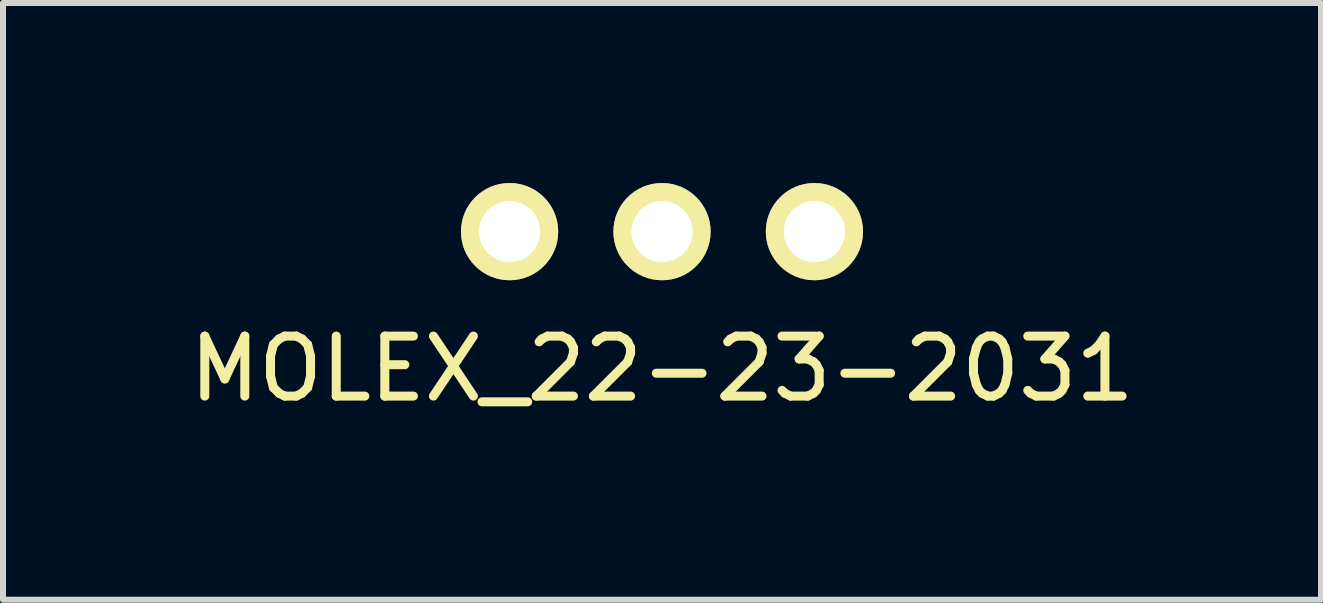
<source format=kicad_pcb>
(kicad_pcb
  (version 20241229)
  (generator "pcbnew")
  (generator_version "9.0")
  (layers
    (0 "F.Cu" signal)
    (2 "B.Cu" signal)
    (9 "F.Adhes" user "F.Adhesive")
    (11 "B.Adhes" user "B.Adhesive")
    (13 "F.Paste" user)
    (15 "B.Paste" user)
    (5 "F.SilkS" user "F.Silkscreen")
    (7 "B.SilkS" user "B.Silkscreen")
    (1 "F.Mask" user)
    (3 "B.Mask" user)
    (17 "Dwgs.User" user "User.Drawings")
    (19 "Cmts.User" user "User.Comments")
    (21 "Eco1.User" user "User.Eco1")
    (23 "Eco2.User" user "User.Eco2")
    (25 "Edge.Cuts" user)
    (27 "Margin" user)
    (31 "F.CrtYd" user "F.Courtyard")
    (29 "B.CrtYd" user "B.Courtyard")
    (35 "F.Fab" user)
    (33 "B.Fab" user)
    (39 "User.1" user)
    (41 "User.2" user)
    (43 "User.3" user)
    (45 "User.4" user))
  (footprint "MOLEX_22-23-2031"
    (layer "F.Cu")
    (at 7.982 0.81)
    (property "Reference" "MOLEX_22-23-2031" (at 0 2.286 0) (layer "F.SilkS") (effects (font (size 1 1) (thickness 0.15))))
    (attr through_hole)
    (pad "1" thru_hole circle (at -2.54 0) (size 1.62 1.62) (drill 1.02) (layers "*.Cu" "*.Mask" "F.SilkS"))
    (pad "2" thru_hole circle (at 0 0) (size 1.62 1.62) (drill 1.02) (layers "*.Cu" "*.Mask" "F.SilkS"))
    (pad "3" thru_hole circle (at 2.54 0) (size 1.62 1.62) (drill 1.02) (layers "*.Cu" "*.Mask" "F.SilkS")))
  (gr_rect
    (start -3 -3)
    (end 18.964 6.944)
    (stroke (width 0.1) (type default))
    (fill no)
    (layer "Edge.Cuts")))
</source>
